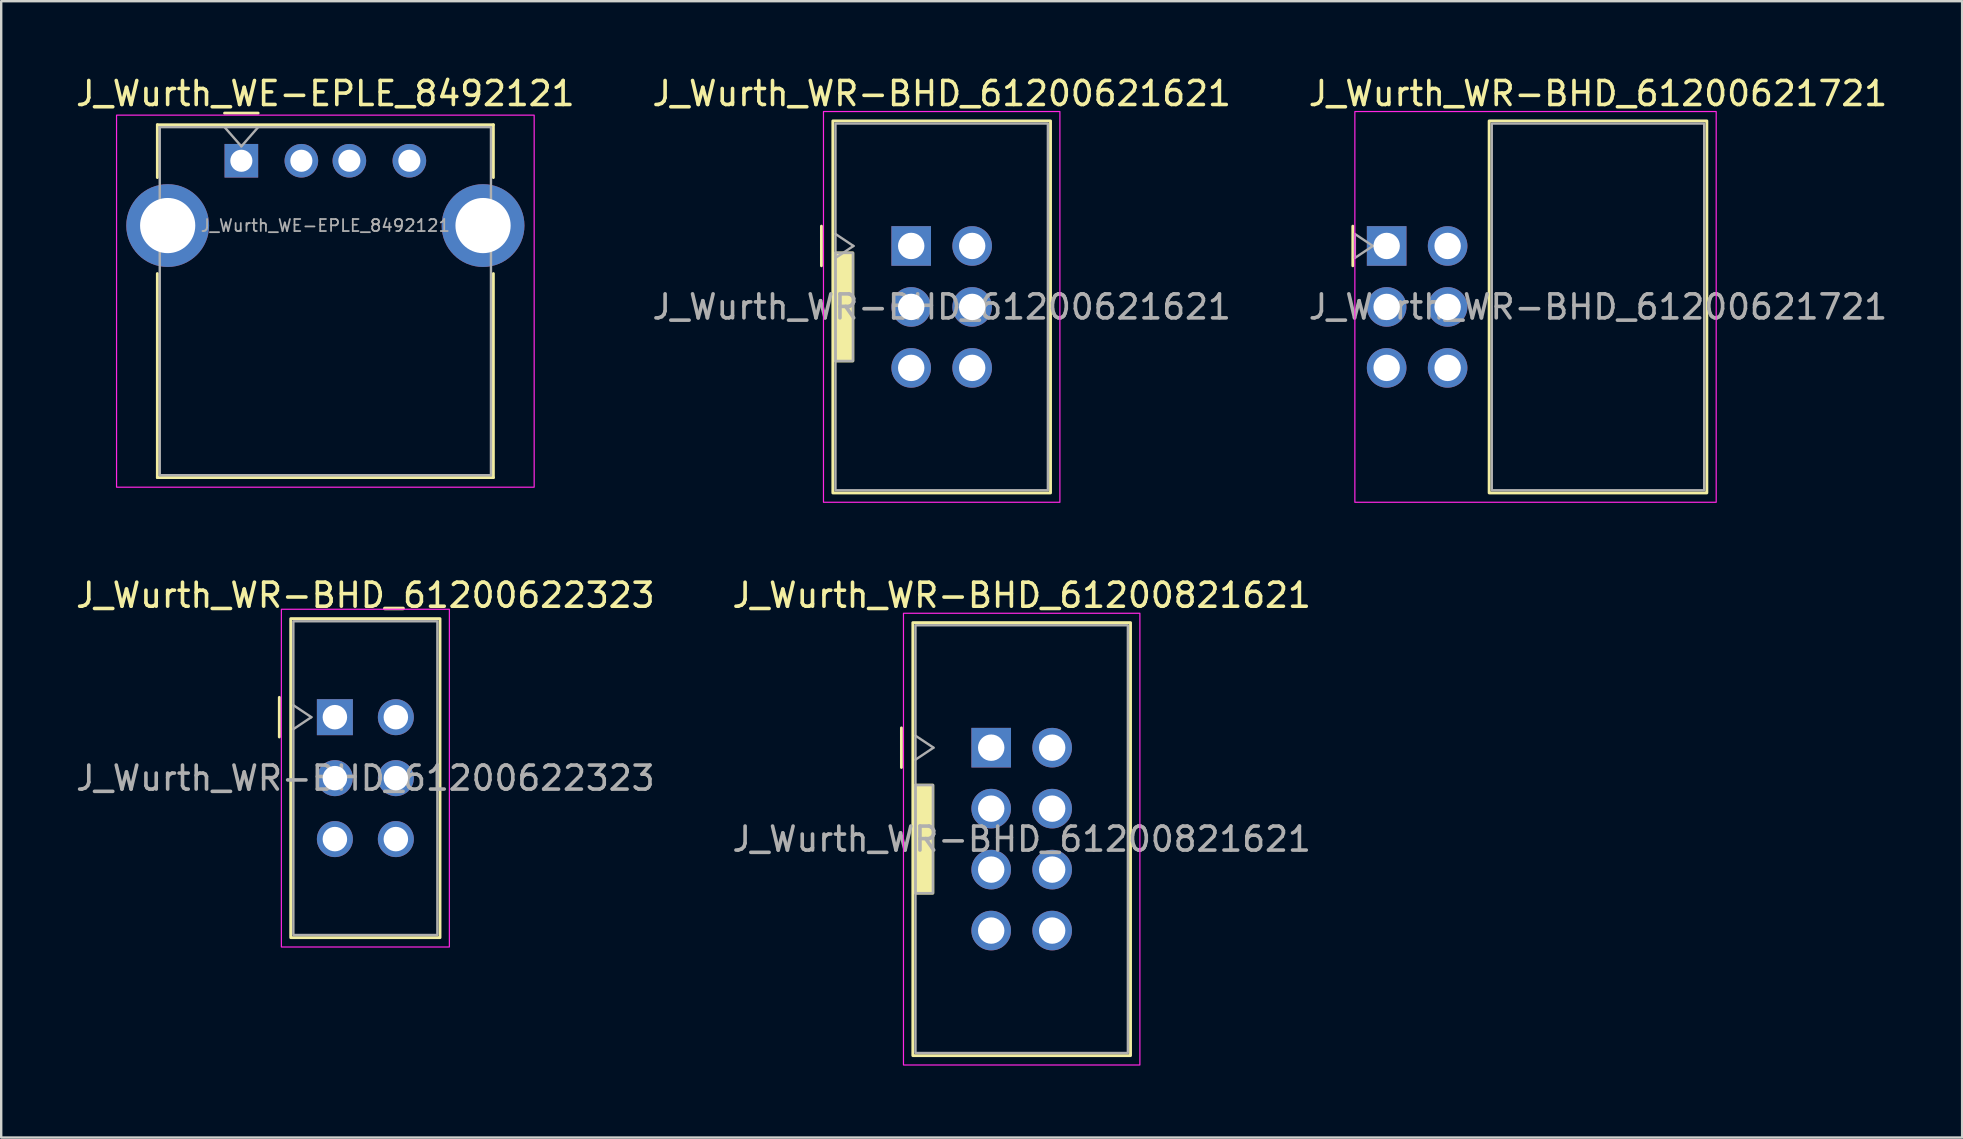
<source format=kicad_pcb>
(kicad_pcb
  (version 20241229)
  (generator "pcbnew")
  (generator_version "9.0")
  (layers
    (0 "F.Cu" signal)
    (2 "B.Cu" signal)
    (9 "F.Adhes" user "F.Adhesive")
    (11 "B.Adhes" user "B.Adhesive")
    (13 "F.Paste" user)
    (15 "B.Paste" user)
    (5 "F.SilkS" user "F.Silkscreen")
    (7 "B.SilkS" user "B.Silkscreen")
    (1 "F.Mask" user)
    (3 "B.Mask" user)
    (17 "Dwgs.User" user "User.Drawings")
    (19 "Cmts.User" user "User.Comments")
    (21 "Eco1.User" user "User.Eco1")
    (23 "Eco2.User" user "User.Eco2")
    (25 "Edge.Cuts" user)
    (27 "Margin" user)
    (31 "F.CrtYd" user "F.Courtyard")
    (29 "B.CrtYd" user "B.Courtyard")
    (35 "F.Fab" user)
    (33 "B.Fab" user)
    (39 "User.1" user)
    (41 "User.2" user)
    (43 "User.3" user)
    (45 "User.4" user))
  (footprint "J_Wurth_WR-BHD_61200621621"
    (layer "F.Cu")
    (at 34.915 7.198)
    (property "Reference" "J_Wurth_WR-BHD_61200621621" (at 1.27 -6.35 0) (unlocked yes) (layer "F.SilkS") (effects (font (size 1 1) (thickness 0.15))))
    (attr through_hole)
    (fp_line (start -3.74 -0.825) (end -3.74 0.825) (stroke (width 0.12) (type solid)) (layer "F.SilkS"))
    (fp_rect (start -3.265 -5.21) (end 5.805 10.29) (stroke (width 0.12) (type solid)) (fill no) (layer "F.SilkS"))
    (fp_rect (start -3.155 0.29) (end -2.43 4.79) (stroke (width 0.12) (type solid)) (fill yes) (layer "F.SilkS"))
    (fp_rect (start -3.655 -5.6) (end 6.195 10.68) (stroke (width 0.05) (type solid)) (fill no) (layer "F.CrtYd"))
    (fp_line (start -2.405 0) (end -3.155 -0.5) (stroke (width 0.1) (type solid)) (layer "F.Fab"))
    (fp_line (start -2.405 0) (end -3.155 0.5) (stroke (width 0.1) (type solid)) (layer "F.Fab"))
    (fp_rect (start -3.155 0.29) (end -2.43 4.79) (stroke (width 0.1) (type solid)) (fill no) (layer "F.Fab"))
    (fp_rect (start -3.155 -5.1) (end 5.695 10.18) (stroke (width 0.1) (type solid)) (fill no) (layer "F.Fab"))
    (fp_text user "${REFERENCE}" (at 1.27 2.54 0) (unlocked yes) (layer "F.Fab") (effects (font (size 1 1) (thickness 0.15))))
    (pad "1" thru_hole rect (at 0 0 270) (size 1.65 1.65) (drill 1.1) (layers "*.Cu" "*.Mask"))
    (pad "2" thru_hole circle (at 2.54 0 270) (size 1.65 1.65) (drill 1.1) (layers "*.Cu" "*.Mask"))
    (pad "3" thru_hole circle (at 0 2.54 270) (size 1.65 1.65) (drill 1.1) (layers "*.Cu" "*.Mask"))
    (pad "4" thru_hole circle (at 2.54 2.54 270) (size 1.65 1.65) (drill 1.1) (layers "*.Cu" "*.Mask"))
    (pad "5" thru_hole circle (at 0 5.08 270) (size 1.65 1.65) (drill 1.1) (layers "*.Cu" "*.Mask"))
    (pad "6" thru_hole circle (at 2.54 5.08 270) (size 1.65 1.65) (drill 1.1) (layers "*.Cu" "*.Mask")))
  (footprint "J_Wurth_WE-EPLE_8492121"
    (layer "F.Cu")
    (at 7.006 3.648)
    (property "Reference" "J_Wurth_WE-EPLE_8492121" (at 3.5 -2.8 0) (unlocked yes) (layer "F.SilkS") (effects (font (size 1 1) (thickness 0.15))))
    (attr smd)
    (fp_line (start -3.5 -1.5) (end 10.5 -1.5) (stroke (width 0.12) (type solid)) (layer "F.SilkS"))
    (fp_line (start -3.5 0.7) (end -3.5 -1.5) (stroke (width 0.12) (type solid)) (layer "F.SilkS"))
    (fp_line (start -3.5 4.7) (end -3.5 13.2) (stroke (width 0.12) (type solid)) (layer "F.SilkS"))
    (fp_line (start -3.5 13.2) (end 10.5 13.2) (stroke (width 0.12) (type solid)) (layer "F.SilkS"))
    (fp_line (start -0.7 -1.985) (end 0.7 -1.985) (stroke (width 0.12) (type default)) (layer "F.SilkS"))
    (fp_line (start 10.5 -1.5) (end 10.5 0.7) (stroke (width 0.12) (type solid)) (layer "F.SilkS"))
    (fp_line (start 10.5 13.2) (end 10.5 4.7) (stroke (width 0.12) (type solid)) (layer "F.SilkS"))
    (fp_rect (start -5.2 -1.9) (end 12.2 13.6) (stroke (width 0.05) (type default)) (fill no) (layer "F.CrtYd"))
    (fp_line (start -3.4 -1.4) (end -3.4 13.1) (stroke (width 0.1) (type solid)) (layer "F.Fab"))
    (fp_line (start -3.4 -1.4) (end 10.4 -1.4) (stroke (width 0.1) (type solid)) (layer "F.Fab"))
    (fp_line (start -3.4 13.1) (end 10.4 13.1) (stroke (width 0.1) (type solid)) (layer "F.Fab"))
    (fp_line (start -0.7 -1.4) (end 0 -0.6) (stroke (width 0.1) (type default)) (layer "F.Fab"))
    (fp_line (start 0 -0.6) (end 0.7 -1.4) (stroke (width 0.1) (type default)) (layer "F.Fab"))
    (fp_line (start 10.4 -1.4) (end 10.4 13.1) (stroke (width 0.1) (type solid)) (layer "F.Fab"))
    (fp_text user "${REFERENCE}" (at 3.5 2.7 0) (unlocked yes) (layer "F.Fab") (effects (font (size 0.5 0.5) (thickness 0.075))))
    (pad "1" thru_hole rect (at 0 0) (size 1.4 1.4) (drill 0.92) (layers "*.Cu" "*.Mask"))
    (pad "2" thru_hole circle (at 2.5 0) (size 1.4 1.4) (drill 0.92) (layers "*.Cu" "*.Mask"))
    (pad "3" thru_hole circle (at 4.5 0) (size 1.4 1.4) (drill 0.92) (layers "*.Cu" "*.Mask"))
    (pad "4" thru_hole circle (at 7 0) (size 1.4 1.4) (drill 0.92) (layers "*.Cu" "*.Mask"))
    (pad "Z1" thru_hole circle (at -3.07 2.7) (size 3.45 3.45) (drill 2.3) (layers "*.Cu" "*.Mask"))
    (pad "Z2" thru_hole circle (at 10.07 2.7) (size 3.45 3.45) (drill 2.3) (layers "*.Cu" "*.Mask")))
  (footprint "J_Wurth_WR-BHD_61200622323"
    (layer "F.Cu")
    (at 10.903 26.831)
    (property "Reference" "J_Wurth_WR-BHD_61200622323" (at 1.27 -5.08 0) (unlocked yes) (layer "F.SilkS") (effects (font (size 1 1) (thickness 0.15))))
    (attr through_hole)
    (fp_line (start -2.315 -0.825) (end -2.315 0.825) (stroke (width 0.12) (type solid)) (layer "F.SilkS"))
    (fp_rect (start -1.84 -4.105) (end 4.38 9.185) (stroke (width 0.12) (type solid)) (fill no) (layer "F.SilkS"))
    (fp_rect (start -2.23 -4.495) (end 4.77 9.575) (stroke (width 0.05) (type solid)) (fill no) (layer "F.CrtYd"))
    (fp_line (start -0.98 0) (end -1.73 -0.5) (stroke (width 0.1) (type solid)) (layer "F.Fab"))
    (fp_line (start -0.98 0) (end -1.73 0.5) (stroke (width 0.1) (type solid)) (layer "F.Fab"))
    (fp_rect (start -1.73 -3.995) (end 4.27 9.075) (stroke (width 0.1) (type solid)) (fill no) (layer "F.Fab"))
    (fp_text user "${REFERENCE}" (at 1.27 2.54 0) (unlocked yes) (layer "F.Fab") (effects (font (size 1 1) (thickness 0.15))))
    (pad "1" thru_hole rect (at 0 0 270) (size 1.5 1.5) (drill 1.02) (layers "*.Cu" "*.Mask"))
    (pad "2" thru_hole circle (at 2.54 0 270) (size 1.5 1.5) (drill 1.02) (layers "*.Cu" "*.Mask"))
    (pad "3" thru_hole circle (at 0 2.54 270) (size 1.5 1.5) (drill 1.02) (layers "*.Cu" "*.Mask"))
    (pad "4" thru_hole circle (at 2.54 2.54 270) (size 1.5 1.5) (drill 1.02) (layers "*.Cu" "*.Mask"))
    (pad "5" thru_hole circle (at 0 5.08 270) (size 1.5 1.5) (drill 1.02) (layers "*.Cu" "*.Mask"))
    (pad "6" thru_hole circle (at 2.54 5.08 270) (size 1.5 1.5) (drill 1.02) (layers "*.Cu" "*.Mask")))
  (footprint "J_Wurth_WR-BHD_61200821621"
    (layer "F.Cu")
    (at 38.248 28.102)
    (property "Reference" "J_Wurth_WR-BHD_61200821621" (at 1.27 -6.35 0) (unlocked yes) (layer "F.SilkS") (effects (font (size 1 1) (thickness 0.15))))
    (attr through_hole)
    (fp_line (start -3.74 -0.825) (end -3.74 0.825) (stroke (width 0.12) (type solid)) (layer "F.SilkS"))
    (fp_rect (start -3.265 -5.21) (end 5.805 12.83) (stroke (width 0.12) (type solid)) (fill no) (layer "F.SilkS"))
    (fp_rect (start -3.155 1.56) (end -2.43 6.06) (stroke (width 0.12) (type solid)) (fill yes) (layer "F.SilkS"))
    (fp_rect (start -3.655 -5.6) (end 6.195 13.22) (stroke (width 0.05) (type solid)) (fill no) (layer "F.CrtYd"))
    (fp_line (start -2.405 0) (end -3.155 -0.5) (stroke (width 0.1) (type solid)) (layer "F.Fab"))
    (fp_line (start -2.405 0) (end -3.155 0.5) (stroke (width 0.1) (type solid)) (layer "F.Fab"))
    (fp_rect (start -3.155 1.56) (end -2.43 6.06) (stroke (width 0.1) (type solid)) (fill no) (layer "F.Fab"))
    (fp_rect (start -3.155 -5.1) (end 5.695 12.72) (stroke (width 0.1) (type solid)) (fill no) (layer "F.Fab"))
    (fp_text user "${REFERENCE}" (at 1.27 3.81 0) (unlocked yes) (layer "F.Fab") (effects (font (size 1 1) (thickness 0.15))))
    (pad "1" thru_hole rect (at 0 0 270) (size 1.65 1.65) (drill 1.1) (layers "*.Cu" "*.Mask"))
    (pad "2" thru_hole circle (at 2.54 0 270) (size 1.65 1.65) (drill 1.1) (layers "*.Cu" "*.Mask"))
    (pad "3" thru_hole circle (at 0 2.54 270) (size 1.65 1.65) (drill 1.1) (layers "*.Cu" "*.Mask"))
    (pad "4" thru_hole circle (at 2.54 2.54 270) (size 1.65 1.65) (drill 1.1) (layers "*.Cu" "*.Mask"))
    (pad "5" thru_hole circle (at 0 5.08 270) (size 1.65 1.65) (drill 1.1) (layers "*.Cu" "*.Mask"))
    (pad "6" thru_hole circle (at 2.54 5.08 270) (size 1.65 1.65) (drill 1.1) (layers "*.Cu" "*.Mask"))
    (pad "7" thru_hole circle (at 0 7.62 270) (size 1.65 1.65) (drill 1.1) (layers "*.Cu" "*.Mask"))
    (pad "8" thru_hole circle (at 2.54 7.62 270) (size 1.65 1.65) (drill 1.1) (layers "*.Cu" "*.Mask")))
  (footprint "J_Wurth_WR-BHD_61200621721"
    (layer "F.Cu")
    (at 54.725 7.198)
    (property "Reference" "J_Wurth_WR-BHD_61200621721" (at 8.805 -6.35 0) (unlocked yes) (layer "F.SilkS") (effects (font (size 1 1) (thickness 0.15))))
    (attr through_hole)
    (fp_line (start -1.41 0.825) (end -1.41 -0.825) (stroke (width 0.12) (type solid)) (layer "F.SilkS"))
    (fp_rect (start 4.27 -5.21) (end 13.34 10.29) (stroke (width 0.12) (type solid)) (fill no) (layer "F.SilkS"))
    (fp_rect (start -1.325 -5.6) (end 13.73 10.68) (stroke (width 0.05) (type solid)) (fill no) (layer "F.CrtYd"))
    (fp_line (start -1.325 0.5) (end -1.325 -0.5) (stroke (width 0.1) (type default)) (layer "F.Fab"))
    (fp_line (start -0.575 0) (end -1.325 -0.5) (stroke (width 0.1) (type solid)) (layer "F.Fab"))
    (fp_line (start -0.575 0) (end -1.325 0.5) (stroke (width 0.1) (type solid)) (layer "F.Fab"))
    (fp_rect (start 4.38 -5.1) (end 13.23 10.18) (stroke (width 0.1) (type solid)) (fill no) (layer "F.Fab"))
    (fp_text user "${REFERENCE}" (at 8.805 2.54 0) (unlocked yes) (layer "F.Fab") (effects (font (size 1 1) (thickness 0.15))))
    (pad "1" thru_hole rect (at 0 0 90) (size 1.65 1.65) (drill 1.1) (layers "*.Cu" "*.Mask"))
    (pad "2" thru_hole circle (at 2.54 0 90) (size 1.65 1.65) (drill 1.1) (layers "*.Cu" "*.Mask"))
    (pad "3" thru_hole circle (at 0 2.54 90) (size 1.65 1.65) (drill 1.1) (layers "*.Cu" "*.Mask"))
    (pad "4" thru_hole circle (at 2.54 2.54 90) (size 1.65 1.65) (drill 1.1) (layers "*.Cu" "*.Mask"))
    (pad "5" thru_hole circle (at 0 5.08 90) (size 1.65 1.65) (drill 1.1) (layers "*.Cu" "*.Mask"))
    (pad "6" thru_hole circle (at 2.54 5.08 90) (size 1.65 1.65) (drill 1.1) (layers "*.Cu" "*.Mask")))
  (gr_rect
    (start -3 -3)
    (end 78.702 44.346)
    (stroke (width 0.1) (type default))
    (fill no)
    (layer "Edge.Cuts")))
</source>
